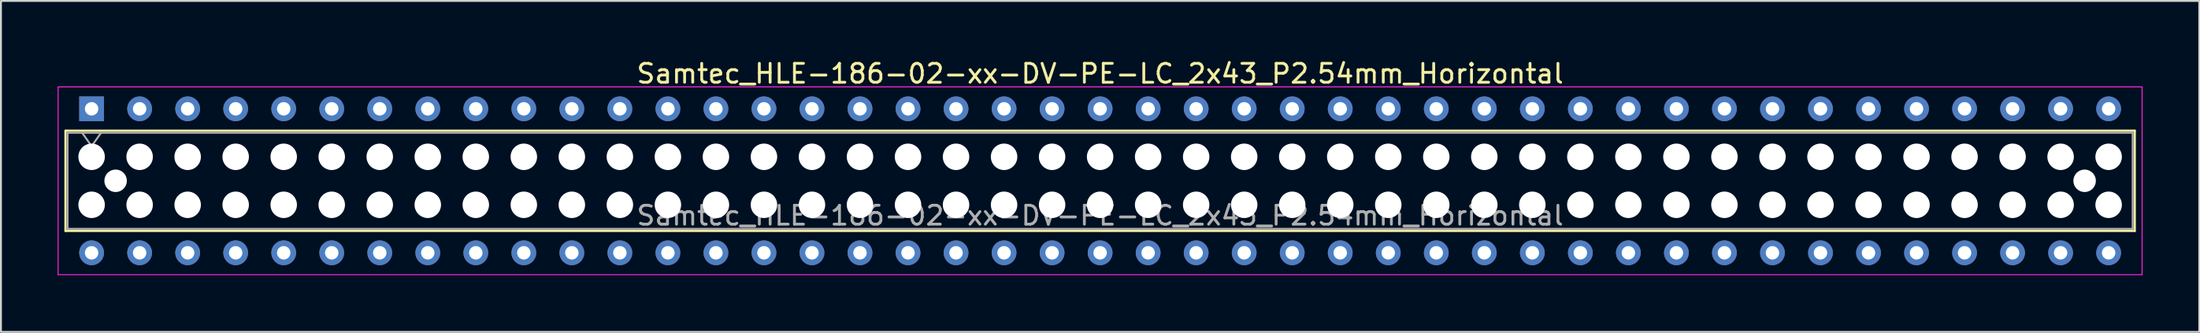
<source format=kicad_pcb>
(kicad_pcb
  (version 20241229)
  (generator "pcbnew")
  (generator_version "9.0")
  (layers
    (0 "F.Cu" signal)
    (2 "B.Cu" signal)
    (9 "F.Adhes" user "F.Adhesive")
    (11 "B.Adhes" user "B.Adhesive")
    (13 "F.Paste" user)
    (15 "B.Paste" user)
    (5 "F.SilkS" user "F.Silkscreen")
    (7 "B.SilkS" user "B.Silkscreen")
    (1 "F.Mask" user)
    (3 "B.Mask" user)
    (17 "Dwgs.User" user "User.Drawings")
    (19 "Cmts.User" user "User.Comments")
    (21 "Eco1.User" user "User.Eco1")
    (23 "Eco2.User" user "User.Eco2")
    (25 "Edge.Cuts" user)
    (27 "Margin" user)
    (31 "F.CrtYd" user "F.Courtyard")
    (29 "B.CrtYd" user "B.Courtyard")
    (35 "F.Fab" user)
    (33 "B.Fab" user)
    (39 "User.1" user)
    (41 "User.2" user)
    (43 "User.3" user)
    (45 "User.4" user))
  (footprint "Samtec_HLE-186-02-xx-DV-PE-LC_2x43_P2.54mm_Horizontal"
    (layer "F.Cu")
    (at 1.795 2.708)
    (property "Reference" "Samtec_HLE-186-02-xx-DV-PE-LC_2x43_P2.54mm_Horizontal" (at 53.34 -1.86 0) (layer "F.SilkS") (effects (font (size 1 1) (thickness 0.15))))
    (attr through_hole)
    (fp_line (start -1.38 1.16) (end 108.06 1.16) (stroke (width 0.12) (type solid)) (layer "F.SilkS"))
    (fp_line (start -1.38 6.46) (end -1.38 1.16) (stroke (width 0.12) (type solid)) (layer "F.SilkS"))
    (fp_line (start 108.06 1.16) (end 108.06 6.46) (stroke (width 0.12) (type solid)) (layer "F.SilkS"))
    (fp_line (start 108.06 6.46) (end -1.38 6.46) (stroke (width 0.12) (type solid)) (layer "F.SilkS"))
    (fp_line (start -1.77 -1.16) (end 108.45 -1.16) (stroke (width 0.05) (type solid)) (layer "F.CrtYd"))
    (fp_line (start -1.77 8.78) (end -1.77 -1.16) (stroke (width 0.05) (type solid)) (layer "F.CrtYd"))
    (fp_line (start 108.45 -1.16) (end 108.45 8.78) (stroke (width 0.05) (type solid)) (layer "F.CrtYd"))
    (fp_line (start 108.45 8.78) (end -1.77 8.78) (stroke (width 0.05) (type solid)) (layer "F.CrtYd"))
    (fp_line (start -1.27 1.27) (end 107.95 1.27) (stroke (width 0.1) (type solid)) (layer "F.Fab"))
    (fp_line (start -1.27 6.35) (end -1.27 1.27) (stroke (width 0.1) (type solid)) (layer "F.Fab"))
    (fp_line (start -0.5 1.27) (end 0 1.977) (stroke (width 0.1) (type solid)) (layer "F.Fab"))
    (fp_line (start 0 1.977) (end 0.5 1.27) (stroke (width 0.1) (type solid)) (layer "F.Fab"))
    (fp_line (start 107.95 1.27) (end 107.95 6.35) (stroke (width 0.1) (type solid)) (layer "F.Fab"))
    (fp_line (start 107.95 6.35) (end -1.27 6.35) (stroke (width 0.1) (type solid)) (layer "F.Fab"))
    (fp_text user "${REFERENCE}" (at 53.34 5.65 0) (layer "F.Fab") (effects (font (size 1 1) (thickness 0.15))))
    (pad "" np_thru_hole circle (at 0 2.54) (size 1.4 1.4) (drill 1.4) (layers "*.Cu" "*.Mask"))
    (pad "" np_thru_hole circle (at 0 5.08) (size 1.4 1.4) (drill 1.4) (layers "*.Cu" "*.Mask"))
    (pad "" np_thru_hole circle (at 1.27 3.81) (size 1.19 1.19) (drill 1.19) (layers "*.Cu" "*.Mask"))
    (pad "" np_thru_hole circle (at 2.54 2.54) (size 1.4 1.4) (drill 1.4) (layers "*.Cu" "*.Mask"))
    (pad "" np_thru_hole circle (at 2.54 5.08) (size 1.4 1.4) (drill 1.4) (layers "*.Cu" "*.Mask"))
    (pad "" np_thru_hole circle (at 5.08 2.54) (size 1.4 1.4) (drill 1.4) (layers "*.Cu" "*.Mask"))
    (pad "" np_thru_hole circle (at 5.08 5.08) (size 1.4 1.4) (drill 1.4) (layers "*.Cu" "*.Mask"))
    (pad "" np_thru_hole circle (at 7.62 2.54) (size 1.4 1.4) (drill 1.4) (layers "*.Cu" "*.Mask"))
    (pad "" np_thru_hole circle (at 7.62 5.08) (size 1.4 1.4) (drill 1.4) (layers "*.Cu" "*.Mask"))
    (pad "" np_thru_hole circle (at 10.16 2.54) (size 1.4 1.4) (drill 1.4) (layers "*.Cu" "*.Mask"))
    (pad "" np_thru_hole circle (at 10.16 5.08) (size 1.4 1.4) (drill 1.4) (layers "*.Cu" "*.Mask"))
    (pad "" np_thru_hole circle (at 12.7 2.54) (size 1.4 1.4) (drill 1.4) (layers "*.Cu" "*.Mask"))
    (pad "" np_thru_hole circle (at 12.7 5.08) (size 1.4 1.4) (drill 1.4) (layers "*.Cu" "*.Mask"))
    (pad "" np_thru_hole circle (at 15.24 2.54) (size 1.4 1.4) (drill 1.4) (layers "*.Cu" "*.Mask"))
    (pad "" np_thru_hole circle (at 15.24 5.08) (size 1.4 1.4) (drill 1.4) (layers "*.Cu" "*.Mask"))
    (pad "" np_thru_hole circle (at 17.78 2.54) (size 1.4 1.4) (drill 1.4) (layers "*.Cu" "*.Mask"))
    (pad "" np_thru_hole circle (at 17.78 5.08) (size 1.4 1.4) (drill 1.4) (layers "*.Cu" "*.Mask"))
    (pad "" np_thru_hole circle (at 20.32 2.54) (size 1.4 1.4) (drill 1.4) (layers "*.Cu" "*.Mask"))
    (pad "" np_thru_hole circle (at 20.32 5.08) (size 1.4 1.4) (drill 1.4) (layers "*.Cu" "*.Mask"))
    (pad "" np_thru_hole circle (at 22.86 2.54) (size 1.4 1.4) (drill 1.4) (layers "*.Cu" "*.Mask"))
    (pad "" np_thru_hole circle (at 22.86 5.08) (size 1.4 1.4) (drill 1.4) (layers "*.Cu" "*.Mask"))
    (pad "" np_thru_hole circle (at 25.4 2.54) (size 1.4 1.4) (drill 1.4) (layers "*.Cu" "*.Mask"))
    (pad "" np_thru_hole circle (at 25.4 5.08) (size 1.4 1.4) (drill 1.4) (layers "*.Cu" "*.Mask"))
    (pad "" np_thru_hole circle (at 27.94 2.54) (size 1.4 1.4) (drill 1.4) (layers "*.Cu" "*.Mask"))
    (pad "" np_thru_hole circle (at 27.94 5.08) (size 1.4 1.4) (drill 1.4) (layers "*.Cu" "*.Mask"))
    (pad "" np_thru_hole circle (at 30.48 2.54) (size 1.4 1.4) (drill 1.4) (layers "*.Cu" "*.Mask"))
    (pad "" np_thru_hole circle (at 30.48 5.08) (size 1.4 1.4) (drill 1.4) (layers "*.Cu" "*.Mask"))
    (pad "" np_thru_hole circle (at 33.02 2.54) (size 1.4 1.4) (drill 1.4) (layers "*.Cu" "*.Mask"))
    (pad "" np_thru_hole circle (at 33.02 5.08) (size 1.4 1.4) (drill 1.4) (layers "*.Cu" "*.Mask"))
    (pad "" np_thru_hole circle (at 35.56 2.54) (size 1.4 1.4) (drill 1.4) (layers "*.Cu" "*.Mask"))
    (pad "" np_thru_hole circle (at 35.56 5.08) (size 1.4 1.4) (drill 1.4) (layers "*.Cu" "*.Mask"))
    (pad "" np_thru_hole circle (at 38.1 2.54) (size 1.4 1.4) (drill 1.4) (layers "*.Cu" "*.Mask"))
    (pad "" np_thru_hole circle (at 38.1 5.08) (size 1.4 1.4) (drill 1.4) (layers "*.Cu" "*.Mask"))
    (pad "" np_thru_hole circle (at 40.64 2.54) (size 1.4 1.4) (drill 1.4) (layers "*.Cu" "*.Mask"))
    (pad "" np_thru_hole circle (at 40.64 5.08) (size 1.4 1.4) (drill 1.4) (layers "*.Cu" "*.Mask"))
    (pad "" np_thru_hole circle (at 43.18 2.54) (size 1.4 1.4) (drill 1.4) (layers "*.Cu" "*.Mask"))
    (pad "" np_thru_hole circle (at 43.18 5.08) (size 1.4 1.4) (drill 1.4) (layers "*.Cu" "*.Mask"))
    (pad "" np_thru_hole circle (at 45.72 2.54) (size 1.4 1.4) (drill 1.4) (layers "*.Cu" "*.Mask"))
    (pad "" np_thru_hole circle (at 45.72 5.08) (size 1.4 1.4) (drill 1.4) (layers "*.Cu" "*.Mask"))
    (pad "" np_thru_hole circle (at 48.26 2.54) (size 1.4 1.4) (drill 1.4) (layers "*.Cu" "*.Mask"))
    (pad "" np_thru_hole circle (at 48.26 5.08) (size 1.4 1.4) (drill 1.4) (layers "*.Cu" "*.Mask"))
    (pad "" np_thru_hole circle (at 50.8 2.54) (size 1.4 1.4) (drill 1.4) (layers "*.Cu" "*.Mask"))
    (pad "" np_thru_hole circle (at 50.8 5.08) (size 1.4 1.4) (drill 1.4) (layers "*.Cu" "*.Mask"))
    (pad "" np_thru_hole circle (at 53.34 2.54) (size 1.4 1.4) (drill 1.4) (layers "*.Cu" "*.Mask"))
    (pad "" np_thru_hole circle (at 53.34 5.08) (size 1.4 1.4) (drill 1.4) (layers "*.Cu" "*.Mask"))
    (pad "" np_thru_hole circle (at 55.88 2.54) (size 1.4 1.4) (drill 1.4) (layers "*.Cu" "*.Mask"))
    (pad "" np_thru_hole circle (at 55.88 5.08) (size 1.4 1.4) (drill 1.4) (layers "*.Cu" "*.Mask"))
    (pad "" np_thru_hole circle (at 58.42 2.54) (size 1.4 1.4) (drill 1.4) (layers "*.Cu" "*.Mask"))
    (pad "" np_thru_hole circle (at 58.42 5.08) (size 1.4 1.4) (drill 1.4) (layers "*.Cu" "*.Mask"))
    (pad "" np_thru_hole circle (at 60.96 2.54) (size 1.4 1.4) (drill 1.4) (layers "*.Cu" "*.Mask"))
    (pad "" np_thru_hole circle (at 60.96 5.08) (size 1.4 1.4) (drill 1.4) (layers "*.Cu" "*.Mask"))
    (pad "" np_thru_hole circle (at 63.5 2.54) (size 1.4 1.4) (drill 1.4) (layers "*.Cu" "*.Mask"))
    (pad "" np_thru_hole circle (at 63.5 5.08) (size 1.4 1.4) (drill 1.4) (layers "*.Cu" "*.Mask"))
    (pad "" np_thru_hole circle (at 66.04 2.54) (size 1.4 1.4) (drill 1.4) (layers "*.Cu" "*.Mask"))
    (pad "" np_thru_hole circle (at 66.04 5.08) (size 1.4 1.4) (drill 1.4) (layers "*.Cu" "*.Mask"))
    (pad "" np_thru_hole circle (at 68.58 2.54) (size 1.4 1.4) (drill 1.4) (layers "*.Cu" "*.Mask"))
    (pad "" np_thru_hole circle (at 68.58 5.08) (size 1.4 1.4) (drill 1.4) (layers "*.Cu" "*.Mask"))
    (pad "" np_thru_hole circle (at 71.12 2.54) (size 1.4 1.4) (drill 1.4) (layers "*.Cu" "*.Mask"))
    (pad "" np_thru_hole circle (at 71.12 5.08) (size 1.4 1.4) (drill 1.4) (layers "*.Cu" "*.Mask"))
    (pad "" np_thru_hole circle (at 73.66 2.54) (size 1.4 1.4) (drill 1.4) (layers "*.Cu" "*.Mask"))
    (pad "" np_thru_hole circle (at 73.66 5.08) (size 1.4 1.4) (drill 1.4) (layers "*.Cu" "*.Mask"))
    (pad "" np_thru_hole circle (at 76.2 2.54) (size 1.4 1.4) (drill 1.4) (layers "*.Cu" "*.Mask"))
    (pad "" np_thru_hole circle (at 76.2 5.08) (size 1.4 1.4) (drill 1.4) (layers "*.Cu" "*.Mask"))
    (pad "" np_thru_hole circle (at 78.74 2.54) (size 1.4 1.4) (drill 1.4) (layers "*.Cu" "*.Mask"))
    (pad "" np_thru_hole circle (at 78.74 5.08) (size 1.4 1.4) (drill 1.4) (layers "*.Cu" "*.Mask"))
    (pad "" np_thru_hole circle (at 81.28 2.54) (size 1.4 1.4) (drill 1.4) (layers "*.Cu" "*.Mask"))
    (pad "" np_thru_hole circle (at 81.28 5.08) (size 1.4 1.4) (drill 1.4) (layers "*.Cu" "*.Mask"))
    (pad "" np_thru_hole circle (at 83.82 2.54) (size 1.4 1.4) (drill 1.4) (layers "*.Cu" "*.Mask"))
    (pad "" np_thru_hole circle (at 83.82 5.08) (size 1.4 1.4) (drill 1.4) (layers "*.Cu" "*.Mask"))
    (pad "" np_thru_hole circle (at 86.36 2.54) (size 1.4 1.4) (drill 1.4) (layers "*.Cu" "*.Mask"))
    (pad "" np_thru_hole circle (at 86.36 5.08) (size 1.4 1.4) (drill 1.4) (layers "*.Cu" "*.Mask"))
    (pad "" np_thru_hole circle (at 88.9 2.54) (size 1.4 1.4) (drill 1.4) (layers "*.Cu" "*.Mask"))
    (pad "" np_thru_hole circle (at 88.9 5.08) (size 1.4 1.4) (drill 1.4) (layers "*.Cu" "*.Mask"))
    (pad "" np_thru_hole circle (at 91.44 2.54) (size 1.4 1.4) (drill 1.4) (layers "*.Cu" "*.Mask"))
    (pad "" np_thru_hole circle (at 91.44 5.08) (size 1.4 1.4) (drill 1.4) (layers "*.Cu" "*.Mask"))
    (pad "" np_thru_hole circle (at 93.98 2.54) (size 1.4 1.4) (drill 1.4) (layers "*.Cu" "*.Mask"))
    (pad "" np_thru_hole circle (at 93.98 5.08) (size 1.4 1.4) (drill 1.4) (layers "*.Cu" "*.Mask"))
    (pad "" np_thru_hole circle (at 96.52 2.54) (size 1.4 1.4) (drill 1.4) (layers "*.Cu" "*.Mask"))
    (pad "" np_thru_hole circle (at 96.52 5.08) (size 1.4 1.4) (drill 1.4) (layers "*.Cu" "*.Mask"))
    (pad "" np_thru_hole circle (at 99.06 2.54) (size 1.4 1.4) (drill 1.4) (layers "*.Cu" "*.Mask"))
    (pad "" np_thru_hole circle (at 99.06 5.08) (size 1.4 1.4) (drill 1.4) (layers "*.Cu" "*.Mask"))
    (pad "" np_thru_hole circle (at 101.6 2.54) (size 1.4 1.4) (drill 1.4) (layers "*.Cu" "*.Mask"))
    (pad "" np_thru_hole circle (at 101.6 5.08) (size 1.4 1.4) (drill 1.4) (layers "*.Cu" "*.Mask"))
    (pad "" np_thru_hole circle (at 104.14 2.54) (size 1.4 1.4) (drill 1.4) (layers "*.Cu" "*.Mask"))
    (pad "" np_thru_hole circle (at 104.14 5.08) (size 1.4 1.4) (drill 1.4) (layers "*.Cu" "*.Mask"))
    (pad "" np_thru_hole circle (at 105.41 3.81) (size 1.19 1.19) (drill 1.19) (layers "*.Cu" "*.Mask"))
    (pad "" np_thru_hole circle (at 106.68 2.54) (size 1.4 1.4) (drill 1.4) (layers "*.Cu" "*.Mask"))
    (pad "" np_thru_hole circle (at 106.68 5.08) (size 1.4 1.4) (drill 1.4) (layers "*.Cu" "*.Mask"))
    (pad "1" thru_hole rect (at 0 0) (size 1.31 1.31) (drill 0.71) (layers "*.Cu" "*.Mask"))
    (pad "2" thru_hole circle (at 0 7.62) (size 1.31 1.31) (drill 0.71) (layers "*.Cu" "*.Mask"))
    (pad "3" thru_hole circle (at 2.54 0) (size 1.31 1.31) (drill 0.71) (layers "*.Cu" "*.Mask"))
    (pad "4" thru_hole circle (at 2.54 7.62) (size 1.31 1.31) (drill 0.71) (layers "*.Cu" "*.Mask"))
    (pad "5" thru_hole circle (at 5.08 0) (size 1.31 1.31) (drill 0.71) (layers "*.Cu" "*.Mask"))
    (pad "6" thru_hole circle (at 5.08 7.62) (size 1.31 1.31) (drill 0.71) (layers "*.Cu" "*.Mask"))
    (pad "7" thru_hole circle (at 7.62 0) (size 1.31 1.31) (drill 0.71) (layers "*.Cu" "*.Mask"))
    (pad "8" thru_hole circle (at 7.62 7.62) (size 1.31 1.31) (drill 0.71) (layers "*.Cu" "*.Mask"))
    (pad "9" thru_hole circle (at 10.16 0) (size 1.31 1.31) (drill 0.71) (layers "*.Cu" "*.Mask"))
    (pad "10" thru_hole circle (at 10.16 7.62) (size 1.31 1.31) (drill 0.71) (layers "*.Cu" "*.Mask"))
    (pad "11" thru_hole circle (at 12.7 0) (size 1.31 1.31) (drill 0.71) (layers "*.Cu" "*.Mask"))
    (pad "12" thru_hole circle (at 12.7 7.62) (size 1.31 1.31) (drill 0.71) (layers "*.Cu" "*.Mask"))
    (pad "13" thru_hole circle (at 15.24 0) (size 1.31 1.31) (drill 0.71) (layers "*.Cu" "*.Mask"))
    (pad "14" thru_hole circle (at 15.24 7.62) (size 1.31 1.31) (drill 0.71) (layers "*.Cu" "*.Mask"))
    (pad "15" thru_hole circle (at 17.78 0) (size 1.31 1.31) (drill 0.71) (layers "*.Cu" "*.Mask"))
    (pad "16" thru_hole circle (at 17.78 7.62) (size 1.31 1.31) (drill 0.71) (layers "*.Cu" "*.Mask"))
    (pad "17" thru_hole circle (at 20.32 0) (size 1.31 1.31) (drill 0.71) (layers "*.Cu" "*.Mask"))
    (pad "18" thru_hole circle (at 20.32 7.62) (size 1.31 1.31) (drill 0.71) (layers "*.Cu" "*.Mask"))
    (pad "19" thru_hole circle (at 22.86 0) (size 1.31 1.31) (drill 0.71) (layers "*.Cu" "*.Mask"))
    (pad "20" thru_hole circle (at 22.86 7.62) (size 1.31 1.31) (drill 0.71) (layers "*.Cu" "*.Mask"))
    (pad "21" thru_hole circle (at 25.4 0) (size 1.31 1.31) (drill 0.71) (layers "*.Cu" "*.Mask"))
    (pad "22" thru_hole circle (at 25.4 7.62) (size 1.31 1.31) (drill 0.71) (layers "*.Cu" "*.Mask"))
    (pad "23" thru_hole circle (at 27.94 0) (size 1.31 1.31) (drill 0.71) (layers "*.Cu" "*.Mask"))
    (pad "24" thru_hole circle (at 27.94 7.62) (size 1.31 1.31) (drill 0.71) (layers "*.Cu" "*.Mask"))
    (pad "25" thru_hole circle (at 30.48 0) (size 1.31 1.31) (drill 0.71) (layers "*.Cu" "*.Mask"))
    (pad "26" thru_hole circle (at 30.48 7.62) (size 1.31 1.31) (drill 0.71) (layers "*.Cu" "*.Mask"))
    (pad "27" thru_hole circle (at 33.02 0) (size 1.31 1.31) (drill 0.71) (layers "*.Cu" "*.Mask"))
    (pad "28" thru_hole circle (at 33.02 7.62) (size 1.31 1.31) (drill 0.71) (layers "*.Cu" "*.Mask"))
    (pad "29" thru_hole circle (at 35.56 0) (size 1.31 1.31) (drill 0.71) (layers "*.Cu" "*.Mask"))
    (pad "30" thru_hole circle (at 35.56 7.62) (size 1.31 1.31) (drill 0.71) (layers "*.Cu" "*.Mask"))
    (pad "31" thru_hole circle (at 38.1 0) (size 1.31 1.31) (drill 0.71) (layers "*.Cu" "*.Mask"))
    (pad "32" thru_hole circle (at 38.1 7.62) (size 1.31 1.31) (drill 0.71) (layers "*.Cu" "*.Mask"))
    (pad "33" thru_hole circle (at 40.64 0) (size 1.31 1.31) (drill 0.71) (layers "*.Cu" "*.Mask"))
    (pad "34" thru_hole circle (at 40.64 7.62) (size 1.31 1.31) (drill 0.71) (layers "*.Cu" "*.Mask"))
    (pad "35" thru_hole circle (at 43.18 0) (size 1.31 1.31) (drill 0.71) (layers "*.Cu" "*.Mask"))
    (pad "36" thru_hole circle (at 43.18 7.62) (size 1.31 1.31) (drill 0.71) (layers "*.Cu" "*.Mask"))
    (pad "37" thru_hole circle (at 45.72 0) (size 1.31 1.31) (drill 0.71) (layers "*.Cu" "*.Mask"))
    (pad "38" thru_hole circle (at 45.72 7.62) (size 1.31 1.31) (drill 0.71) (layers "*.Cu" "*.Mask"))
    (pad "39" thru_hole circle (at 48.26 0) (size 1.31 1.31) (drill 0.71) (layers "*.Cu" "*.Mask"))
    (pad "40" thru_hole circle (at 48.26 7.62) (size 1.31 1.31) (drill 0.71) (layers "*.Cu" "*.Mask"))
    (pad "41" thru_hole circle (at 50.8 0) (size 1.31 1.31) (drill 0.71) (layers "*.Cu" "*.Mask"))
    (pad "42" thru_hole circle (at 50.8 7.62) (size 1.31 1.31) (drill 0.71) (layers "*.Cu" "*.Mask"))
    (pad "43" thru_hole circle (at 53.34 0) (size 1.31 1.31) (drill 0.71) (layers "*.Cu" "*.Mask"))
    (pad "44" thru_hole circle (at 53.34 7.62) (size 1.31 1.31) (drill 0.71) (layers "*.Cu" "*.Mask"))
    (pad "45" thru_hole circle (at 55.88 0) (size 1.31 1.31) (drill 0.71) (layers "*.Cu" "*.Mask"))
    (pad "46" thru_hole circle (at 55.88 7.62) (size 1.31 1.31) (drill 0.71) (layers "*.Cu" "*.Mask"))
    (pad "47" thru_hole circle (at 58.42 0) (size 1.31 1.31) (drill 0.71) (layers "*.Cu" "*.Mask"))
    (pad "48" thru_hole circle (at 58.42 7.62) (size 1.31 1.31) (drill 0.71) (layers "*.Cu" "*.Mask"))
    (pad "49" thru_hole circle (at 60.96 0) (size 1.31 1.31) (drill 0.71) (layers "*.Cu" "*.Mask"))
    (pad "50" thru_hole circle (at 60.96 7.62) (size 1.31 1.31) (drill 0.71) (layers "*.Cu" "*.Mask"))
    (pad "51" thru_hole circle (at 63.5 0) (size 1.31 1.31) (drill 0.71) (layers "*.Cu" "*.Mask"))
    (pad "52" thru_hole circle (at 63.5 7.62) (size 1.31 1.31) (drill 0.71) (layers "*.Cu" "*.Mask"))
    (pad "53" thru_hole circle (at 66.04 0) (size 1.31 1.31) (drill 0.71) (layers "*.Cu" "*.Mask"))
    (pad "54" thru_hole circle (at 66.04 7.62) (size 1.31 1.31) (drill 0.71) (layers "*.Cu" "*.Mask"))
    (pad "55" thru_hole circle (at 68.58 0) (size 1.31 1.31) (drill 0.71) (layers "*.Cu" "*.Mask"))
    (pad "56" thru_hole circle (at 68.58 7.62) (size 1.31 1.31) (drill 0.71) (layers "*.Cu" "*.Mask"))
    (pad "57" thru_hole circle (at 71.12 0) (size 1.31 1.31) (drill 0.71) (layers "*.Cu" "*.Mask"))
    (pad "58" thru_hole circle (at 71.12 7.62) (size 1.31 1.31) (drill 0.71) (layers "*.Cu" "*.Mask"))
    (pad "59" thru_hole circle (at 73.66 0) (size 1.31 1.31) (drill 0.71) (layers "*.Cu" "*.Mask"))
    (pad "60" thru_hole circle (at 73.66 7.62) (size 1.31 1.31) (drill 0.71) (layers "*.Cu" "*.Mask"))
    (pad "61" thru_hole circle (at 76.2 0) (size 1.31 1.31) (drill 0.71) (layers "*.Cu" "*.Mask"))
    (pad "62" thru_hole circle (at 76.2 7.62) (size 1.31 1.31) (drill 0.71) (layers "*.Cu" "*.Mask"))
    (pad "63" thru_hole circle (at 78.74 0) (size 1.31 1.31) (drill 0.71) (layers "*.Cu" "*.Mask"))
    (pad "64" thru_hole circle (at 78.74 7.62) (size 1.31 1.31) (drill 0.71) (layers "*.Cu" "*.Mask"))
    (pad "65" thru_hole circle (at 81.28 0) (size 1.31 1.31) (drill 0.71) (layers "*.Cu" "*.Mask"))
    (pad "66" thru_hole circle (at 81.28 7.62) (size 1.31 1.31) (drill 0.71) (layers "*.Cu" "*.Mask"))
    (pad "67" thru_hole circle (at 83.82 0) (size 1.31 1.31) (drill 0.71) (layers "*.Cu" "*.Mask"))
    (pad "68" thru_hole circle (at 83.82 7.62) (size 1.31 1.31) (drill 0.71) (layers "*.Cu" "*.Mask"))
    (pad "69" thru_hole circle (at 86.36 0) (size 1.31 1.31) (drill 0.71) (layers "*.Cu" "*.Mask"))
    (pad "70" thru_hole circle (at 86.36 7.62) (size 1.31 1.31) (drill 0.71) (layers "*.Cu" "*.Mask"))
    (pad "71" thru_hole circle (at 88.9 0) (size 1.31 1.31) (drill 0.71) (layers "*.Cu" "*.Mask"))
    (pad "72" thru_hole circle (at 88.9 7.62) (size 1.31 1.31) (drill 0.71) (layers "*.Cu" "*.Mask"))
    (pad "73" thru_hole circle (at 91.44 0) (size 1.31 1.31) (drill 0.71) (layers "*.Cu" "*.Mask"))
    (pad "74" thru_hole circle (at 91.44 7.62) (size 1.31 1.31) (drill 0.71) (layers "*.Cu" "*.Mask"))
    (pad "75" thru_hole circle (at 93.98 0) (size 1.31 1.31) (drill 0.71) (layers "*.Cu" "*.Mask"))
    (pad "76" thru_hole circle (at 93.98 7.62) (size 1.31 1.31) (drill 0.71) (layers "*.Cu" "*.Mask"))
    (pad "77" thru_hole circle (at 96.52 0) (size 1.31 1.31) (drill 0.71) (layers "*.Cu" "*.Mask"))
    (pad "78" thru_hole circle (at 96.52 7.62) (size 1.31 1.31) (drill 0.71) (layers "*.Cu" "*.Mask"))
    (pad "79" thru_hole circle (at 99.06 0) (size 1.31 1.31) (drill 0.71) (layers "*.Cu" "*.Mask"))
    (pad "80" thru_hole circle (at 99.06 7.62) (size 1.31 1.31) (drill 0.71) (layers "*.Cu" "*.Mask"))
    (pad "81" thru_hole circle (at 101.6 0) (size 1.31 1.31) (drill 0.71) (layers "*.Cu" "*.Mask"))
    (pad "82" thru_hole circle (at 101.6 7.62) (size 1.31 1.31) (drill 0.71) (layers "*.Cu" "*.Mask"))
    (pad "83" thru_hole circle (at 104.14 0) (size 1.31 1.31) (drill 0.71) (layers "*.Cu" "*.Mask"))
    (pad "84" thru_hole circle (at 104.14 7.62) (size 1.31 1.31) (drill 0.71) (layers "*.Cu" "*.Mask"))
    (pad "85" thru_hole circle (at 106.68 0) (size 1.31 1.31) (drill 0.71) (layers "*.Cu" "*.Mask"))
    (pad "86" thru_hole circle (at 106.68 7.62) (size 1.31 1.31) (drill 0.71) (layers "*.Cu" "*.Mask")))
  (gr_rect
    (start -3 -3)
    (end 113.27 14.513)
    (stroke (width 0.1) (type default))
    (fill no)
    (layer "Edge.Cuts")))
</source>
